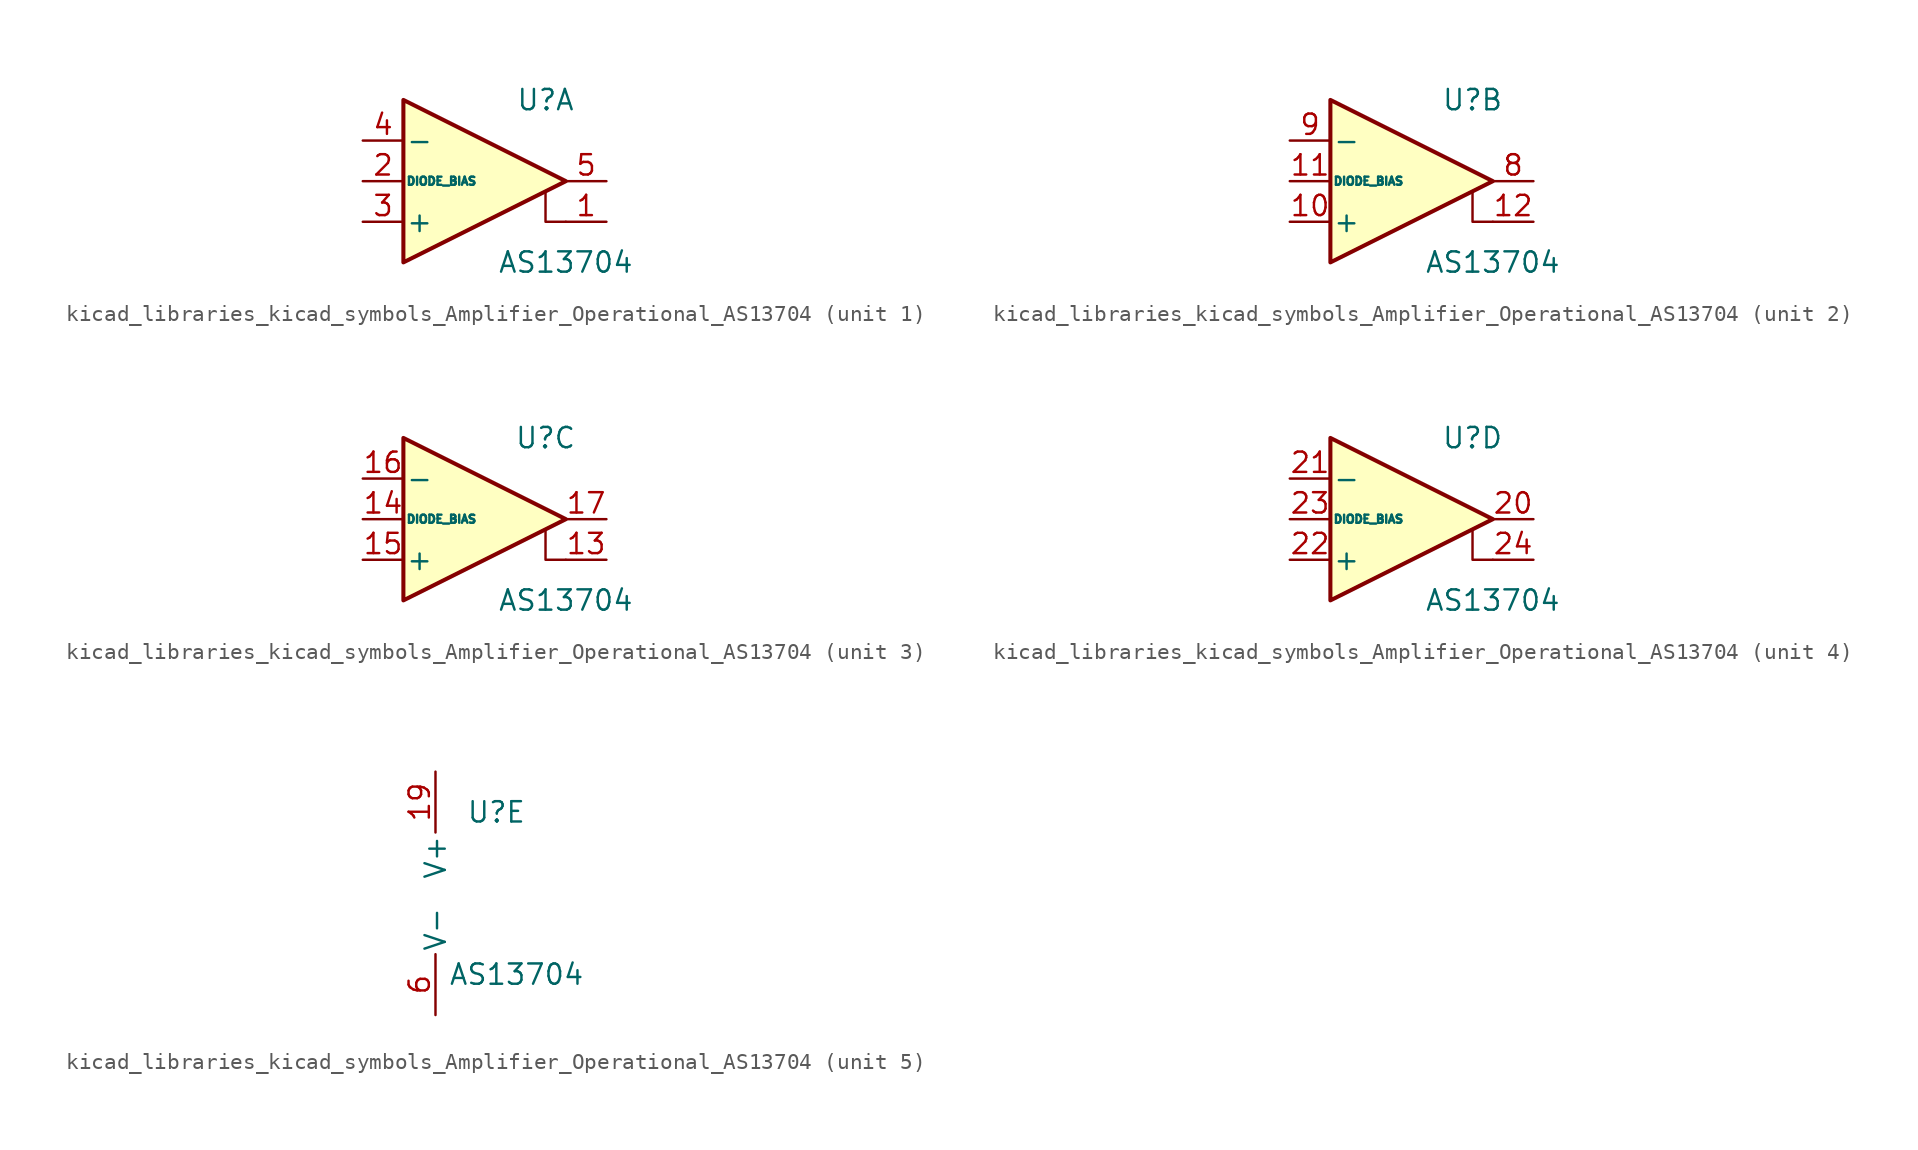
<source format=kicad_sym>
(kicad_symbol_lib
  (version 20220914)
  (generator kicad_symbol_editor)
  (symbol "kicad_libraries_kicad_symbols_Amplifier_Operational_AS13704"
    (pin_names
      (offset 0.127))
    (property "Reference" "U"
      (at 3.81 5.08 0)
      (effects (font (size 1.27 1.27))))
    (property "Value" "AS13704"
      (at 5.08 -5.08 0)
      (effects (font (size 1.27 1.27))))
    (property "ki_locked" ""
      (at 0 0 0)
      (effects (font (size 1.27 1.27))))
    (symbol "kicad_libraries_kicad_symbols_Amplifier_Operational_AS13704_1_1"
      (polyline (pts (xy 3.81 -0.635) (xy 3.81 -2.54) (xy 5.08 -2.54)) (stroke (width 0) (type default)) (fill (type none)))
      (polyline (pts (xy 5.08 0) (xy -5.08 -5.08) (xy -5.08 5.08) (xy 5.08 0)) (stroke (width 0.254) (type default)) (fill (type background)))
      (pin input line (at 7.62 -2.54 180) (length 2.54) (name "~" (effects (font (size 1.27 1.27)))) (number "1" (effects (font (size 1.27 1.27)))))
      (pin no_connect line (at 0 -2.54 180) (length 2.54) hide (name "NC" (effects (font (size 1.27 1.27)))) (number "18" (effects (font (size 1.27 1.27)))))
      (pin input line (at -7.62 0 0) (length 2.54) (name "DIODE_BIAS" (effects (font (size 0.508 0.508)))) (number "2" (effects (font (size 1.27 1.27)))))
      (pin input line (at -7.62 -2.54 0) (length 2.54) (name "+" (effects (font (size 1.27 1.27)))) (number "3" (effects (font (size 1.27 1.27)))))
      (pin input line (at -7.62 2.54 0) (length 2.54) (name "-" (effects (font (size 1.27 1.27)))) (number "4" (effects (font (size 1.27 1.27)))))
      (pin output line (at 7.62 0 180) (length 2.54) (name "~" (effects (font (size 1.27 1.27)))) (number "5" (effects (font (size 1.27 1.27)))))
      (pin no_connect line (at 0 2.54 180) (length 2.54) hide (name "NC" (effects (font (size 1.27 1.27)))) (number "7" (effects (font (size 1.27 1.27))))))
    (symbol "kicad_libraries_kicad_symbols_Amplifier_Operational_AS13704_2_1"
      (polyline (pts (xy 3.81 -0.635) (xy 3.81 -2.54) (xy 5.08 -2.54)) (stroke (width 0) (type default)) (fill (type none)))
      (polyline (pts (xy 5.08 0) (xy -5.08 -5.08) (xy -5.08 5.08) (xy 5.08 0)) (stroke (width 0.254) (type default)) (fill (type background)))
      (pin input line (at -7.62 -2.54 0) (length 2.54) (name "+" (effects (font (size 1.27 1.27)))) (number "10" (effects (font (size 1.27 1.27)))))
      (pin input line (at -7.62 0 0) (length 2.54) (name "DIODE_BIAS" (effects (font (size 0.508 0.508)))) (number "11" (effects (font (size 1.27 1.27)))))
      (pin input line (at 7.62 -2.54 180) (length 2.54) (name "~" (effects (font (size 1.27 1.27)))) (number "12" (effects (font (size 1.27 1.27)))))
      (pin output line (at 7.62 0 180) (length 2.54) (name "~" (effects (font (size 1.27 1.27)))) (number "8" (effects (font (size 1.27 1.27)))))
      (pin input line (at -7.62 2.54 0) (length 2.54) (name "-" (effects (font (size 1.27 1.27)))) (number "9" (effects (font (size 1.27 1.27))))))
    (symbol "kicad_libraries_kicad_symbols_Amplifier_Operational_AS13704_3_1"
      (polyline (pts (xy 3.81 -0.635) (xy 3.81 -2.54) (xy 5.08 -2.54)) (stroke (width 0) (type default)) (fill (type none)))
      (polyline (pts (xy 5.08 0) (xy -5.08 -5.08) (xy -5.08 5.08) (xy 5.08 0)) (stroke (width 0.254) (type default)) (fill (type background)))
      (pin input line (at 7.62 -2.54 180) (length 2.54) (name "~" (effects (font (size 1.27 1.27)))) (number "13" (effects (font (size 1.27 1.27)))))
      (pin input line (at -7.62 0 0) (length 2.54) (name "DIODE_BIAS" (effects (font (size 0.508 0.508)))) (number "14" (effects (font (size 1.27 1.27)))))
      (pin input line (at -7.62 -2.54 0) (length 2.54) (name "+" (effects (font (size 1.27 1.27)))) (number "15" (effects (font (size 1.27 1.27)))))
      (pin input line (at -7.62 2.54 0) (length 2.54) (name "-" (effects (font (size 1.27 1.27)))) (number "16" (effects (font (size 1.27 1.27)))))
      (pin output line (at 7.62 0 180) (length 2.54) (name "~" (effects (font (size 1.27 1.27)))) (number "17" (effects (font (size 1.27 1.27))))))
    (symbol "kicad_libraries_kicad_symbols_Amplifier_Operational_AS13704_4_1"
      (polyline (pts (xy 3.81 -0.635) (xy 3.81 -2.54) (xy 5.08 -2.54)) (stroke (width 0) (type default)) (fill (type none)))
      (polyline (pts (xy 5.08 0) (xy -5.08 -5.08) (xy -5.08 5.08) (xy 5.08 0)) (stroke (width 0.254) (type default)) (fill (type background)))
      (pin output line (at 7.62 0 180) (length 2.54) (name "~" (effects (font (size 1.27 1.27)))) (number "20" (effects (font (size 1.27 1.27)))))
      (pin input line (at -7.62 2.54 0) (length 2.54) (name "-" (effects (font (size 1.27 1.27)))) (number "21" (effects (font (size 1.27 1.27)))))
      (pin input line (at -7.62 -2.54 0) (length 2.54) (name "+" (effects (font (size 1.27 1.27)))) (number "22" (effects (font (size 1.27 1.27)))))
      (pin input line (at -7.62 0 0) (length 2.54) (name "DIODE_BIAS" (effects (font (size 0.508 0.508)))) (number "23" (effects (font (size 1.27 1.27)))))
      (pin input line (at 7.62 -2.54 180) (length 2.54) (name "~" (effects (font (size 1.27 1.27)))) (number "24" (effects (font (size 1.27 1.27))))))
    (symbol "kicad_libraries_kicad_symbols_Amplifier_Operational_AS13704_5_1"
      (pin power_in line (at 0 7.62 270) (length 3.81) (name "V+" (effects (font (size 1.27 1.27)))) (number "19" (effects (font (size 1.27 1.27)))))
      (pin power_in line (at 0 -7.62 90) (length 3.81) (name "V-" (effects (font (size 1.27 1.27)))) (number "6" (effects (font (size 1.27 1.27))))))))
</source>
